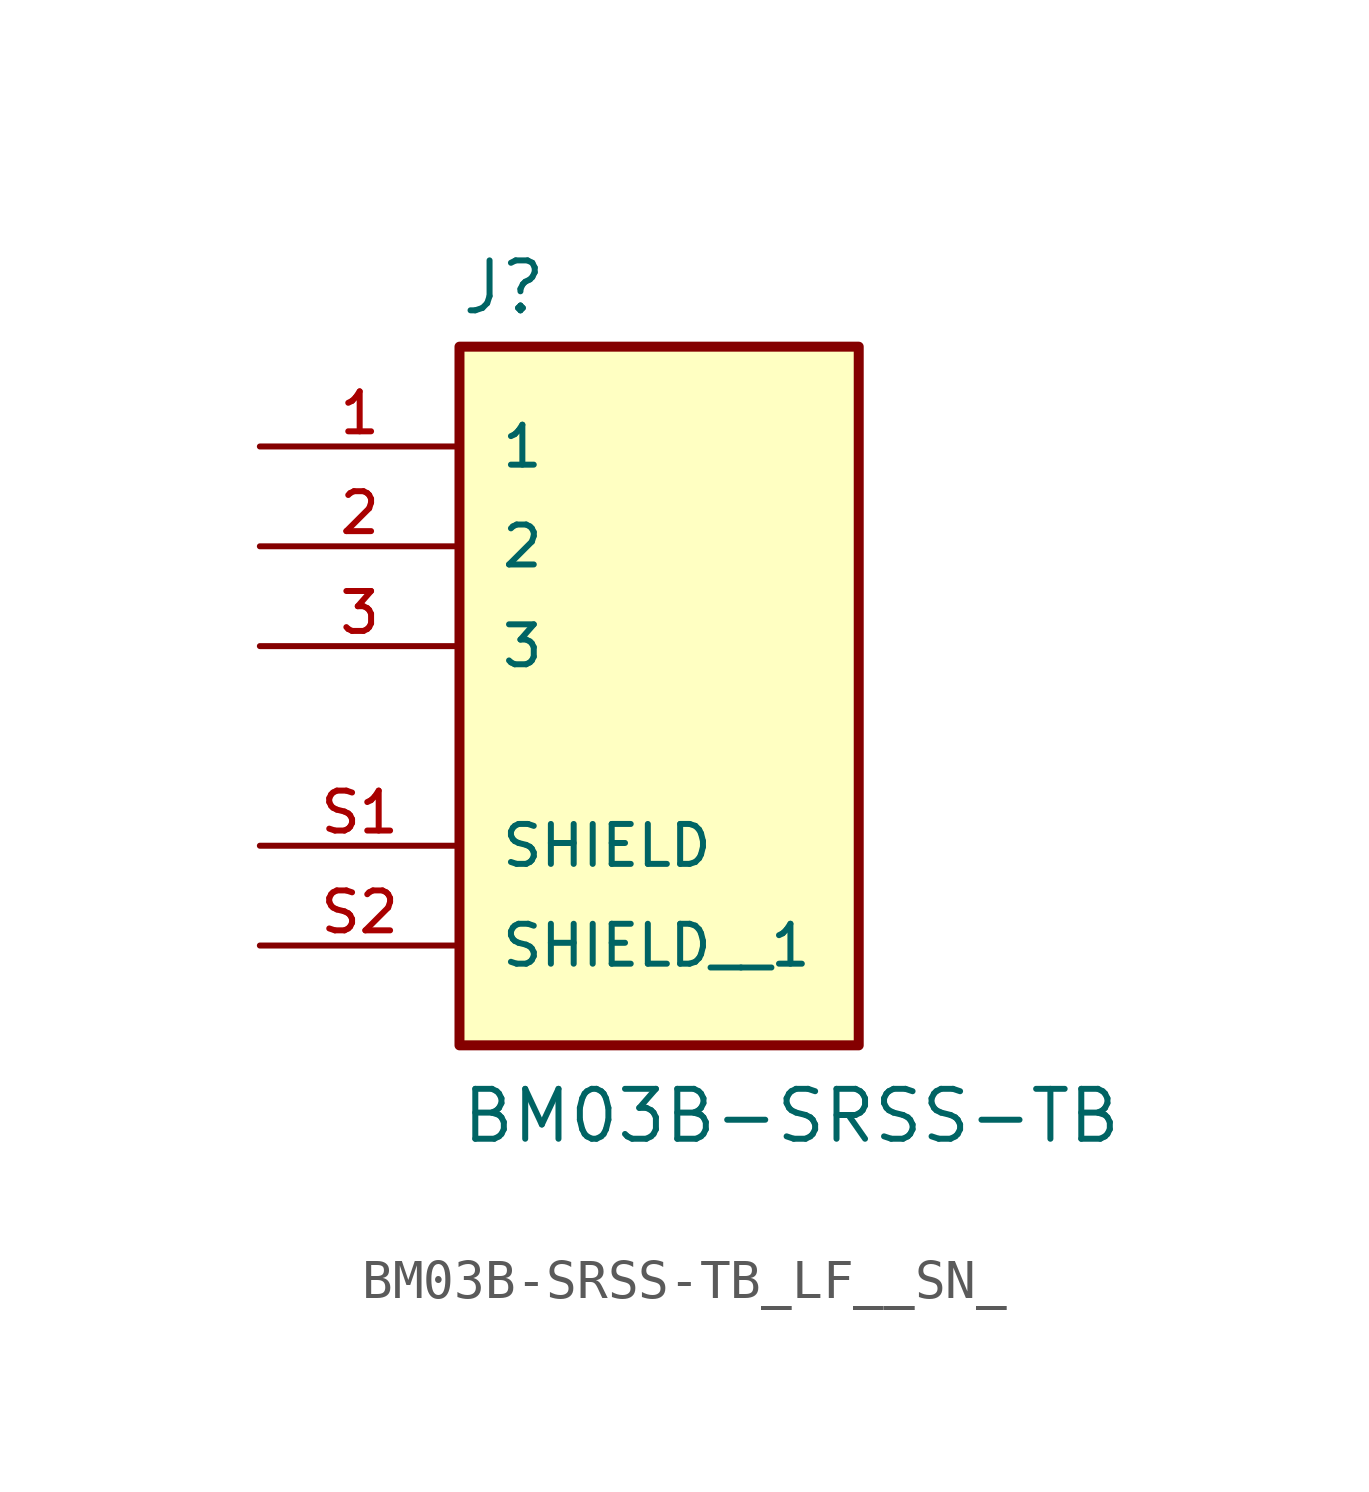
<source format=kicad_sym>
(kicad_symbol_lib
  (version 20220914)
  (generator kicad_symbol_editor)
  (symbol "BM03B-SRSS-TB_LF__SN_"
    (pin_names
      (offset 1.016))
    (property "Reference" "J"
      (at -5.08 8.382 0)
      (effects (font (size 1.27 1.27)) (justify left bottom)))
    (property "Value" "BM03B-SRSS-TB"
      (at -5.08 -12.7 0)
      (effects (font (size 1.27 1.27)) (justify left bottom)))
    (symbol "BM03B-SRSS-TB_LF__SN__0_0"
      (rectangle (start -5.08 -10.16) (end 5.08 7.62) (stroke (width 0.254) (type default)) (fill (type background)))
      (pin passive line (at -10.16 5.08 0) (length 5.08) (name "1" (effects (font (size 1.016 1.016)))) (number "1" (effects (font (size 1.016 1.016)))))
      (pin passive line (at -10.16 2.54 0) (length 5.08) (name "2" (effects (font (size 1.016 1.016)))) (number "2" (effects (font (size 1.016 1.016)))))
      (pin passive line (at -10.16 0 0) (length 5.08) (name "3" (effects (font (size 1.016 1.016)))) (number "3" (effects (font (size 1.016 1.016)))))
      (pin passive line (at -10.16 -5.08 0) (length 5.08) (name "SHIELD" (effects (font (size 1.016 1.016)))) (number "S1" (effects (font (size 1.016 1.016)))))
      (pin passive line (at -10.16 -7.62 0) (length 5.08) (name "SHIELD__1" (effects (font (size 1.016 1.016)))) (number "S2" (effects (font (size 1.016 1.016))))))))
</source>
